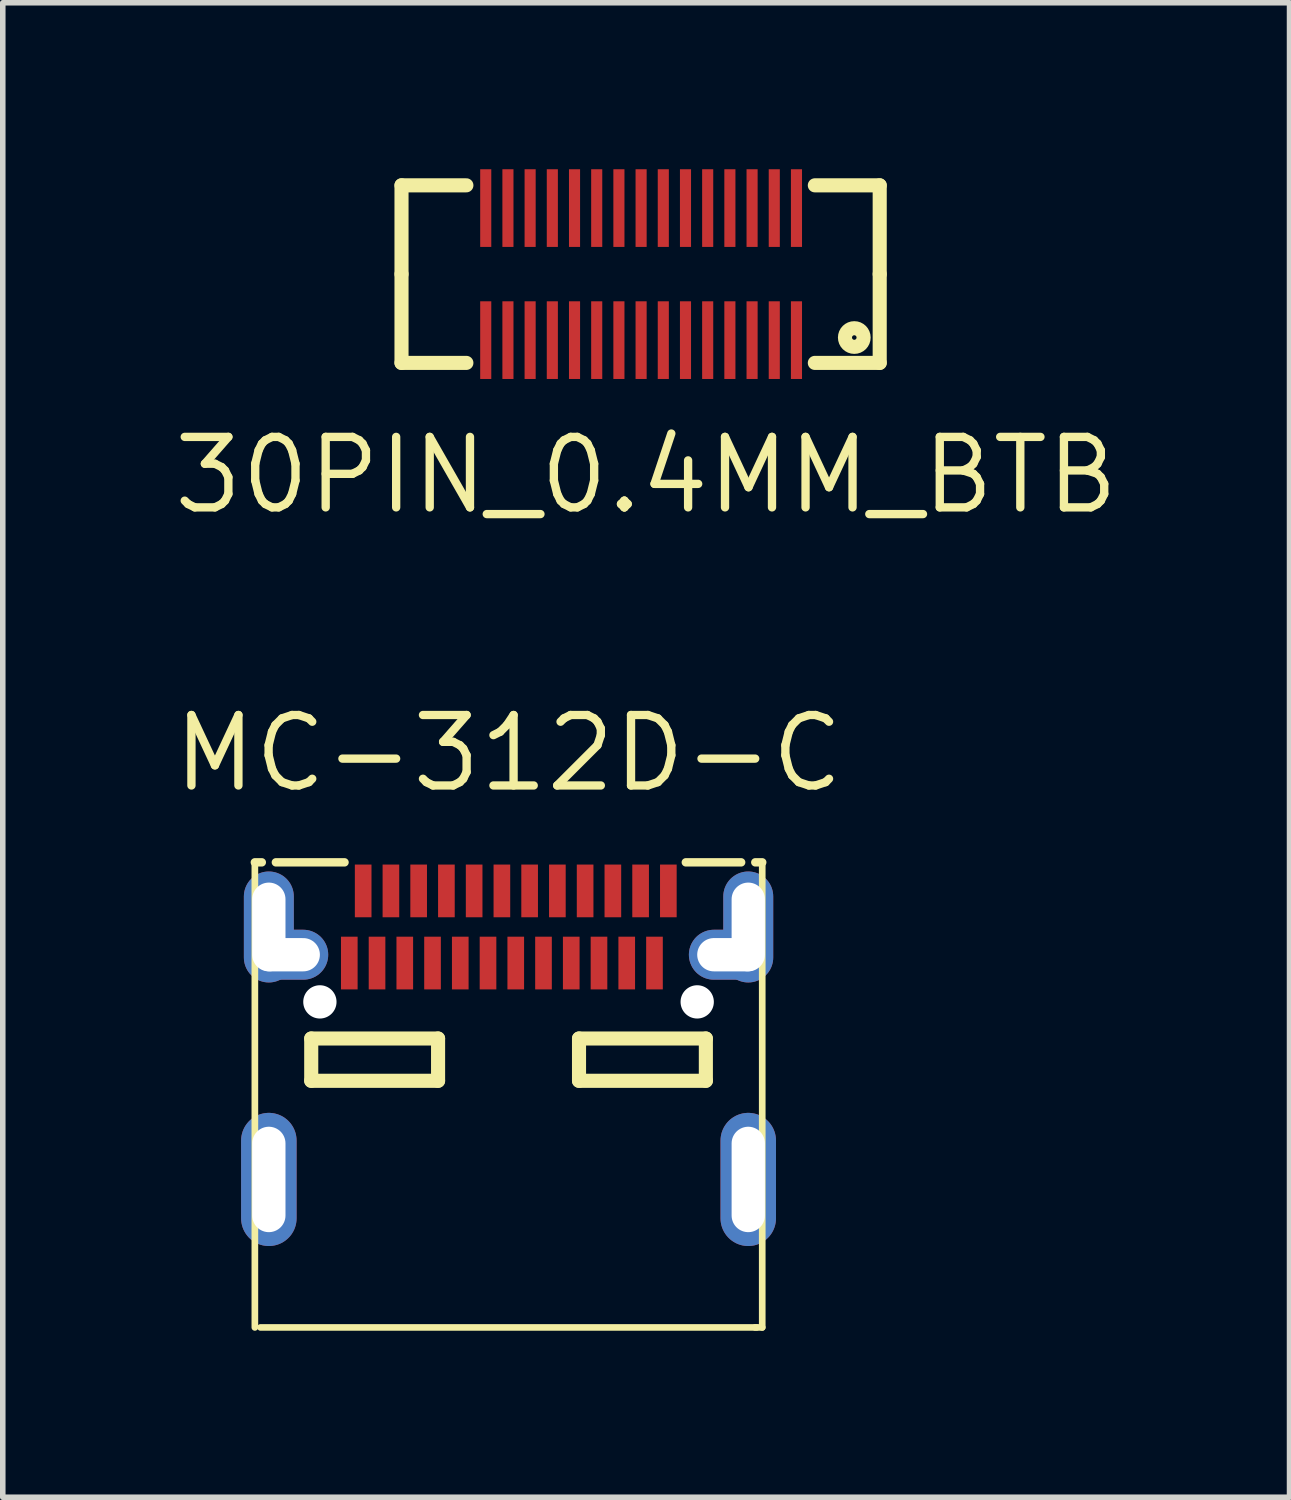
<source format=kicad_pcb>
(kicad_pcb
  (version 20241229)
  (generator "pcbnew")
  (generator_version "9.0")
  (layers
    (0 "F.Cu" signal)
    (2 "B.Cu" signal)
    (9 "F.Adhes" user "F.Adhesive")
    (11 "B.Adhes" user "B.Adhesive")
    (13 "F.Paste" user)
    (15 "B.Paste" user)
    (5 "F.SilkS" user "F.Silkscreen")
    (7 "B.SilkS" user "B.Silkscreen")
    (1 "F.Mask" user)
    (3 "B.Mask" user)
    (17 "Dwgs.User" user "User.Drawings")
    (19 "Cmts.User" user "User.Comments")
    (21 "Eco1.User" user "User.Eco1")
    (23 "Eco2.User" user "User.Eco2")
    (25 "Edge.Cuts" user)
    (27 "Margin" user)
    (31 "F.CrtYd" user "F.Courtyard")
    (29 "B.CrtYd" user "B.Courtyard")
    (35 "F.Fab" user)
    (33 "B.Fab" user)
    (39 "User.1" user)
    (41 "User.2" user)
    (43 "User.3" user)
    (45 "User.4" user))
  (footprint "30PIN_0.4MM_BTB"
    (layer "F.Cu")
    (at 8.704 1.89)
    (property "Reference" "30PIN_0.4MM_BTB" (at -0.109 3.624 0) (layer "F.SilkS") (effects (font (size 1.27 1.27) (thickness 0.15))))
    (attr smd)
    (fp_line (start -4.518 -1.6) (end -3.349 -1.6) (stroke (width 0.254) (type solid)) (layer "F.SilkS"))
    (fp_line (start -4.518 0) (end -4.518 -1.6) (stroke (width 0.254) (type solid)) (layer "F.SilkS"))
    (fp_line (start -4.518 0) (end -4.518 1.6) (stroke (width 0.254) (type solid)) (layer "F.SilkS"))
    (fp_line (start -4.518 1.6) (end -3.349 1.6) (stroke (width 0.254) (type solid)) (layer "F.SilkS"))
    (fp_line (start 4.1 -1.6) (end 2.931 -1.6) (stroke (width 0.254) (type solid)) (layer "F.SilkS"))
    (fp_line (start 4.1 0) (end 4.1 -1.6) (stroke (width 0.254) (type solid)) (layer "F.SilkS"))
    (fp_line (start 4.1 0) (end 4.1 1.6) (stroke (width 0.254) (type solid)) (layer "F.SilkS"))
    (fp_line (start 4.1 1.6) (end 2.931 1.6) (stroke (width 0.254) (type solid)) (layer "F.SilkS"))
    (fp_circle (center 3.642 1.143) (end 3.81 1.143) (stroke (width 0.254) (type solid)) (fill no) (layer "F.SilkS"))
    (pad "1" smd rect (at 2.6 1.19) (size 0.2 1.4) (layers "F.Cu" "F.Mask" "F.Paste"))
    (pad "2" smd rect (at 2.6 -1.19) (size 0.2 1.4) (layers "F.Cu" "F.Mask" "F.Paste"))
    (pad "3" smd rect (at 2.2 1.19) (size 0.2 1.4) (layers "F.Cu" "F.Mask" "F.Paste"))
    (pad "4" smd rect (at 2.2 -1.19) (size 0.2 1.4) (layers "F.Cu" "F.Mask" "F.Paste"))
    (pad "5" smd rect (at 1.8 1.19) (size 0.2 1.4) (layers "F.Cu" "F.Mask" "F.Paste"))
    (pad "6" smd rect (at 1.8 -1.19) (size 0.2 1.4) (layers "F.Cu" "F.Mask" "F.Paste"))
    (pad "7" smd rect (at 1.4 1.19) (size 0.2 1.4) (layers "F.Cu" "F.Mask" "F.Paste"))
    (pad "8" smd rect (at 1.4 -1.19) (size 0.2 1.4) (layers "F.Cu" "F.Mask" "F.Paste"))
    (pad "9" smd rect (at 1 1.19) (size 0.2 1.4) (layers "F.Cu" "F.Mask" "F.Paste"))
    (pad "10" smd rect (at 1 -1.19) (size 0.2 1.4) (layers "F.Cu" "F.Mask" "F.Paste"))
    (pad "11" smd rect (at 0.6 1.19) (size 0.2 1.4) (layers "F.Cu" "F.Mask" "F.Paste"))
    (pad "12" smd rect (at 0.6 -1.19) (size 0.2 1.4) (layers "F.Cu" "F.Mask" "F.Paste"))
    (pad "13" smd rect (at 0.2 1.19) (size 0.2 1.4) (layers "F.Cu" "F.Mask" "F.Paste"))
    (pad "14" smd rect (at 0.2 -1.19) (size 0.2 1.4) (layers "F.Cu" "F.Mask" "F.Paste"))
    (pad "15" smd rect (at -0.2 1.19) (size 0.2 1.4) (layers "F.Cu" "F.Mask" "F.Paste"))
    (pad "16" smd rect (at -0.2 -1.19) (size 0.2 1.4) (layers "F.Cu" "F.Mask" "F.Paste"))
    (pad "17" smd rect (at -0.6 1.19) (size 0.2 1.4) (layers "F.Cu" "F.Mask" "F.Paste"))
    (pad "18" smd rect (at -0.6 -1.19) (size 0.2 1.4) (layers "F.Cu" "F.Mask" "F.Paste"))
    (pad "19" smd rect (at -1 1.19) (size 0.2 1.4) (layers "F.Cu" "F.Mask" "F.Paste"))
    (pad "20" smd rect (at -1 -1.19) (size 0.2 1.4) (layers "F.Cu" "F.Mask" "F.Paste"))
    (pad "21" smd rect (at -1.4 1.19) (size 0.2 1.4) (layers "F.Cu" "F.Mask" "F.Paste"))
    (pad "22" smd rect (at -1.4 -1.19) (size 0.2 1.4) (layers "F.Cu" "F.Mask" "F.Paste"))
    (pad "23" smd rect (at -1.8 1.19) (size 0.2 1.4) (layers "F.Cu" "F.Mask" "F.Paste"))
    (pad "24" smd rect (at -1.8 -1.19) (size 0.2 1.4) (layers "F.Cu" "F.Mask" "F.Paste"))
    (pad "25" smd rect (at -2.2 1.19) (size 0.2 1.4) (layers "F.Cu" "F.Mask" "F.Paste"))
    (pad "26" smd rect (at -2.2 -1.19) (size 0.2 1.4) (layers "F.Cu" "F.Mask" "F.Paste"))
    (pad "27" smd rect (at -2.6 1.19) (size 0.2 1.4) (layers "F.Cu" "F.Mask" "F.Paste"))
    (pad "28" smd rect (at -2.6 -1.19) (size 0.2 1.4) (layers "F.Cu" "F.Mask" "F.Paste"))
    (pad "29" smd rect (at -3 1.19) (size 0.2 1.4) (layers "F.Cu" "F.Mask" "F.Paste"))
    (pad "30" smd rect (at -3 -1.19) (size 0.2 1.4) (layers "F.Cu" "F.Mask" "F.Paste")))
  (footprint "MC-312D-C"
    (layer "F.Cu")
    (at 6.115 15.606)
    (property "Reference" "MC-312D-C" (at 0 -5.08 0) (layer "F.SilkS") (effects (font (size 1.27 1.27) (thickness 0.15))))
    (attr smd)
    (fp_line (start -4.572 -3.115) (end -4.447 -3.115) (stroke (width 0.152) (type solid)) (layer "F.SilkS"))
    (fp_line (start -4.572 5.267) (end -4.572 -3.115) (stroke (width 0.12) (type solid)) (layer "F.SilkS"))
    (fp_line (start -4.47 5.267) (end 4.47 5.267) (stroke (width 0.12) (type solid)) (layer "F.SilkS"))
    (fp_line (start -4.193 -3.115) (end -2.956 -3.115) (stroke (width 0.152) (type solid)) (layer "F.SilkS"))
    (fp_line (start -3.556 0.06) (end -1.27 0.06) (stroke (width 0.254) (type solid)) (layer "F.SilkS"))
    (fp_line (start -3.556 0.822) (end -3.556 0.06) (stroke (width 0.254) (type solid)) (layer "F.SilkS"))
    (fp_line (start -1.27 0.06) (end -1.27 0.822) (stroke (width 0.254) (type solid)) (layer "F.SilkS"))
    (fp_line (start -1.27 0.822) (end -3.556 0.822) (stroke (width 0.254) (type solid)) (layer "F.SilkS"))
    (fp_line (start 1.27 0.06) (end 3.556 0.06) (stroke (width 0.254) (type solid)) (layer "F.SilkS"))
    (fp_line (start 1.27 0.822) (end 1.27 0.06) (stroke (width 0.254) (type solid)) (layer "F.SilkS"))
    (fp_line (start 3.195 -3.115) (end 4.192 -3.115) (stroke (width 0.152) (type solid)) (layer "F.SilkS"))
    (fp_line (start 3.556 0.06) (end 3.556 0.822) (stroke (width 0.254) (type solid)) (layer "F.SilkS"))
    (fp_line (start 3.556 0.822) (end 1.27 0.822) (stroke (width 0.254) (type solid)) (layer "F.SilkS"))
    (fp_line (start 4.447 -3.115) (end 4.572 -3.115) (stroke (width 0.152) (type solid)) (layer "F.SilkS"))
    (fp_line (start 4.572 -3.115) (end 4.572 5.267) (stroke (width 0.12) (type solid)) (layer "F.SilkS"))
    (fp_line (start 4.572 5.267) (end 4.445 5.267) (stroke (width 0.12) (type solid)) (layer "F.SilkS"))
    (fp_poly (pts (xy -3.02 -1.774) (xy -2.72 -1.774) (xy -2.72 -0.824) (xy -3.02 -0.824)) (stroke (width 0) (type solid)) (fill yes) (layer "F.Paste"))
    (fp_poly (pts (xy -2.77 -3.074) (xy -2.47 -3.074) (xy -2.47 -2.125) (xy -2.77 -2.125)) (stroke (width 0) (type solid)) (fill yes) (layer "F.Paste"))
    (fp_poly (pts (xy -2.52 -1.774) (xy -2.22 -1.774) (xy -2.22 -0.824) (xy -2.52 -0.824)) (stroke (width 0) (type solid)) (fill yes) (layer "F.Paste"))
    (fp_poly (pts (xy -2.27 -3.074) (xy -1.97 -3.074) (xy -1.97 -2.125) (xy -2.27 -2.125)) (stroke (width 0) (type solid)) (fill yes) (layer "F.Paste"))
    (fp_poly (pts (xy -2.02 -1.774) (xy -1.72 -1.774) (xy -1.72 -0.824) (xy -2.02 -0.824)) (stroke (width 0) (type solid)) (fill yes) (layer "F.Paste"))
    (fp_poly (pts (xy -1.77 -3.074) (xy -1.47 -3.074) (xy -1.47 -2.125) (xy -1.77 -2.125)) (stroke (width 0) (type solid)) (fill yes) (layer "F.Paste"))
    (fp_poly (pts (xy -1.52 -1.774) (xy -1.22 -1.774) (xy -1.22 -0.824) (xy -1.52 -0.824)) (stroke (width 0) (type solid)) (fill yes) (layer "F.Paste"))
    (fp_poly (pts (xy -1.27 -3.074) (xy -0.97 -3.074) (xy -0.97 -2.125) (xy -1.27 -2.125)) (stroke (width 0) (type solid)) (fill yes) (layer "F.Paste"))
    (fp_poly (pts (xy -1.02 -1.774) (xy -0.72 -1.774) (xy -0.72 -0.824) (xy -1.02 -0.824)) (stroke (width 0) (type solid)) (fill yes) (layer "F.Paste"))
    (fp_poly (pts (xy -0.77 -3.074) (xy -0.47 -3.074) (xy -0.47 -2.125) (xy -0.77 -2.125)) (stroke (width 0) (type solid)) (fill yes) (layer "F.Paste"))
    (fp_poly (pts (xy -0.52 -1.774) (xy -0.22 -1.774) (xy -0.22 -0.824) (xy -0.52 -0.824)) (stroke (width 0) (type solid)) (fill yes) (layer "F.Paste"))
    (fp_poly (pts (xy -0.27 -3.074) (xy 0.03 -3.074) (xy 0.03 -2.125) (xy -0.27 -2.125)) (stroke (width 0) (type solid)) (fill yes) (layer "F.Paste"))
    (fp_poly (pts (xy -0.02 -1.774) (xy 0.28 -1.774) (xy 0.28 -0.824) (xy -0.02 -0.824)) (stroke (width 0) (type solid)) (fill yes) (layer "F.Paste"))
    (fp_poly (pts (xy 0.23 -3.074) (xy 0.53 -3.074) (xy 0.53 -2.125) (xy 0.23 -2.125)) (stroke (width 0) (type solid)) (fill yes) (layer "F.Paste"))
    (fp_poly (pts (xy 0.48 -1.774) (xy 0.78 -1.774) (xy 0.78 -0.824) (xy 0.48 -0.824)) (stroke (width 0) (type solid)) (fill yes) (layer "F.Paste"))
    (fp_poly (pts (xy 0.73 -3.074) (xy 1.03 -3.074) (xy 1.03 -2.125) (xy 0.73 -2.125)) (stroke (width 0) (type solid)) (fill yes) (layer "F.Paste"))
    (fp_poly (pts (xy 0.98 -1.774) (xy 1.28 -1.774) (xy 1.28 -0.824) (xy 0.98 -0.824)) (stroke (width 0) (type solid)) (fill yes) (layer "F.Paste"))
    (fp_poly (pts (xy 1.23 -3.074) (xy 1.53 -3.074) (xy 1.53 -2.125) (xy 1.23 -2.125)) (stroke (width 0) (type solid)) (fill yes) (layer "F.Paste"))
    (fp_poly (pts (xy 1.48 -1.774) (xy 1.78 -1.774) (xy 1.78 -0.824) (xy 1.48 -0.824)) (stroke (width 0) (type solid)) (fill yes) (layer "F.Paste"))
    (fp_poly (pts (xy 1.73 -3.074) (xy 2.03 -3.074) (xy 2.03 -2.125) (xy 1.73 -2.125)) (stroke (width 0) (type solid)) (fill yes) (layer "F.Paste"))
    (fp_poly (pts (xy 1.98 -1.774) (xy 2.28 -1.774) (xy 2.28 -0.824) (xy 1.98 -0.824)) (stroke (width 0) (type solid)) (fill yes) (layer "F.Paste"))
    (fp_poly (pts (xy 2.23 -3.074) (xy 2.53 -3.074) (xy 2.53 -2.125) (xy 2.23 -2.125)) (stroke (width 0) (type solid)) (fill yes) (layer "F.Paste"))
    (fp_poly (pts (xy 2.48 -1.774) (xy 2.78 -1.774) (xy 2.78 -0.824) (xy 2.48 -0.824)) (stroke (width 0) (type solid)) (fill yes) (layer "F.Paste"))
    (fp_poly (pts (xy 2.73 -3.074) (xy 3.03 -3.074) (xy 3.03 -2.125) (xy 2.73 -2.125)) (stroke (width 0) (type solid)) (fill yes) (layer "F.Paste"))
    (pad "" np_thru_hole circle (at -3.4 -0.6 180) (size 0.6 0.6) (drill 0.6) (layers "*.Cu" "*.Mask"))
    (pad "" np_thru_hole circle (at 3.4 -0.6 180) (size 0.6 0.6) (drill 0.6) (layers "*.Cu" "*.Mask"))
    (pad "1" thru_hole oval (at -4.32 -1.95 180) (size 0.9 2) (drill oval 0.6 1.6) (layers "*.Cu" "*.Paste" "*.Mask"))
    (pad "1" thru_hole oval (at -4 -1.45 270) (size 0.9 1.5) (drill oval 0.6 1.2) (layers "*.Cu" "*.Paste" "*.Mask"))
    (pad "2" thru_hole oval (at 4 -1.45 270) (size 0.9 1.5) (drill oval 0.6 1.2) (layers "*.Cu" "*.Paste" "*.Mask"))
    (pad "2" thru_hole oval (at 4.32 -1.95 180) (size 0.9 2) (drill oval 0.6 1.6) (layers "*.Cu" "*.Paste" "*.Mask"))
    (pad "3" thru_hole oval (at 4.32 2.6) (size 1 2.4) (drill oval 0.6 1.9) (layers "*.Cu" "*.Paste" "*.Mask"))
    (pad "4" thru_hole oval (at -4.32 2.6) (size 1 2.4) (drill oval 0.6 1.9) (layers "*.Cu" "*.Paste" "*.Mask"))
    (pad "A1" smd rect (at -2.62 -2.6) (size 0.3 0.95) (layers "F.Cu" "F.Mask" "F.Paste"))
    (pad "A2" smd rect (at -2.12 -2.6) (size 0.3 0.95) (layers "F.Cu" "F.Mask" "F.Paste"))
    (pad "A3" smd rect (at -1.62 -2.6) (size 0.3 0.95) (layers "F.Cu" "F.Mask" "F.Paste"))
    (pad "A4" smd rect (at -1.12 -2.6) (size 0.3 0.95) (layers "F.Cu" "F.Mask" "F.Paste"))
    (pad "A5" smd rect (at -0.62 -2.6) (size 0.3 0.95) (layers "F.Cu" "F.Mask" "F.Paste"))
    (pad "A6" smd rect (at -0.12 -2.6) (size 0.3 0.95) (layers "F.Cu" "F.Mask" "F.Paste"))
    (pad "A7" smd rect (at 0.38 -2.6) (size 0.3 0.95) (layers "F.Cu" "F.Mask" "F.Paste"))
    (pad "A8" smd rect (at 0.88 -2.6) (size 0.3 0.95) (layers "F.Cu" "F.Mask" "F.Paste"))
    (pad "A9" smd rect (at 1.38 -2.6) (size 0.3 0.95) (layers "F.Cu" "F.Mask" "F.Paste"))
    (pad "A10" smd rect (at 1.88 -2.6) (size 0.3 0.95) (layers "F.Cu" "F.Mask" "F.Paste"))
    (pad "A11" smd rect (at 2.38 -2.6) (size 0.3 0.95) (layers "F.Cu" "F.Mask" "F.Paste"))
    (pad "A12" smd rect (at 2.88 -2.6) (size 0.3 0.95) (layers "F.Cu" "F.Mask" "F.Paste"))
    (pad "B1" smd rect (at 2.63 -1.3) (size 0.3 0.95) (layers "F.Cu" "F.Mask" "F.Paste"))
    (pad "B2" smd rect (at 2.13 -1.3) (size 0.3 0.95) (layers "F.Cu" "F.Mask" "F.Paste"))
    (pad "B3" smd rect (at 1.63 -1.3) (size 0.3 0.95) (layers "F.Cu" "F.Mask" "F.Paste"))
    (pad "B4" smd rect (at 1.13 -1.3) (size 0.3 0.95) (layers "F.Cu" "F.Mask" "F.Paste"))
    (pad "B5" smd rect (at 0.63 -1.3) (size 0.3 0.95) (layers "F.Cu" "F.Mask" "F.Paste"))
    (pad "B6" smd rect (at 0.13 -1.3) (size 0.3 0.95) (layers "F.Cu" "F.Mask" "F.Paste"))
    (pad "B7" smd rect (at -0.37 -1.3) (size 0.3 0.95) (layers "F.Cu" "F.Mask" "F.Paste"))
    (pad "B8" smd rect (at -0.87 -1.3) (size 0.3 0.95) (layers "F.Cu" "F.Mask" "F.Paste"))
    (pad "B9" smd rect (at -1.37 -1.3) (size 0.3 0.95) (layers "F.Cu" "F.Mask" "F.Paste"))
    (pad "B10" smd rect (at -1.87 -1.3) (size 0.3 0.95) (layers "F.Cu" "F.Mask" "F.Paste"))
    (pad "B11" smd rect (at -2.37 -1.3) (size 0.3 0.95) (layers "F.Cu" "F.Mask" "F.Paste"))
    (pad "B12" smd rect (at -2.87 -1.3) (size 0.3 0.95) (layers "F.Cu" "F.Mask" "F.Paste")))
  (gr_rect
    (start -3 -3)
    (end 20.19 23.933)
    (stroke (width 0.1) (type default))
    (fill no)
    (layer "Edge.Cuts")))
</source>
